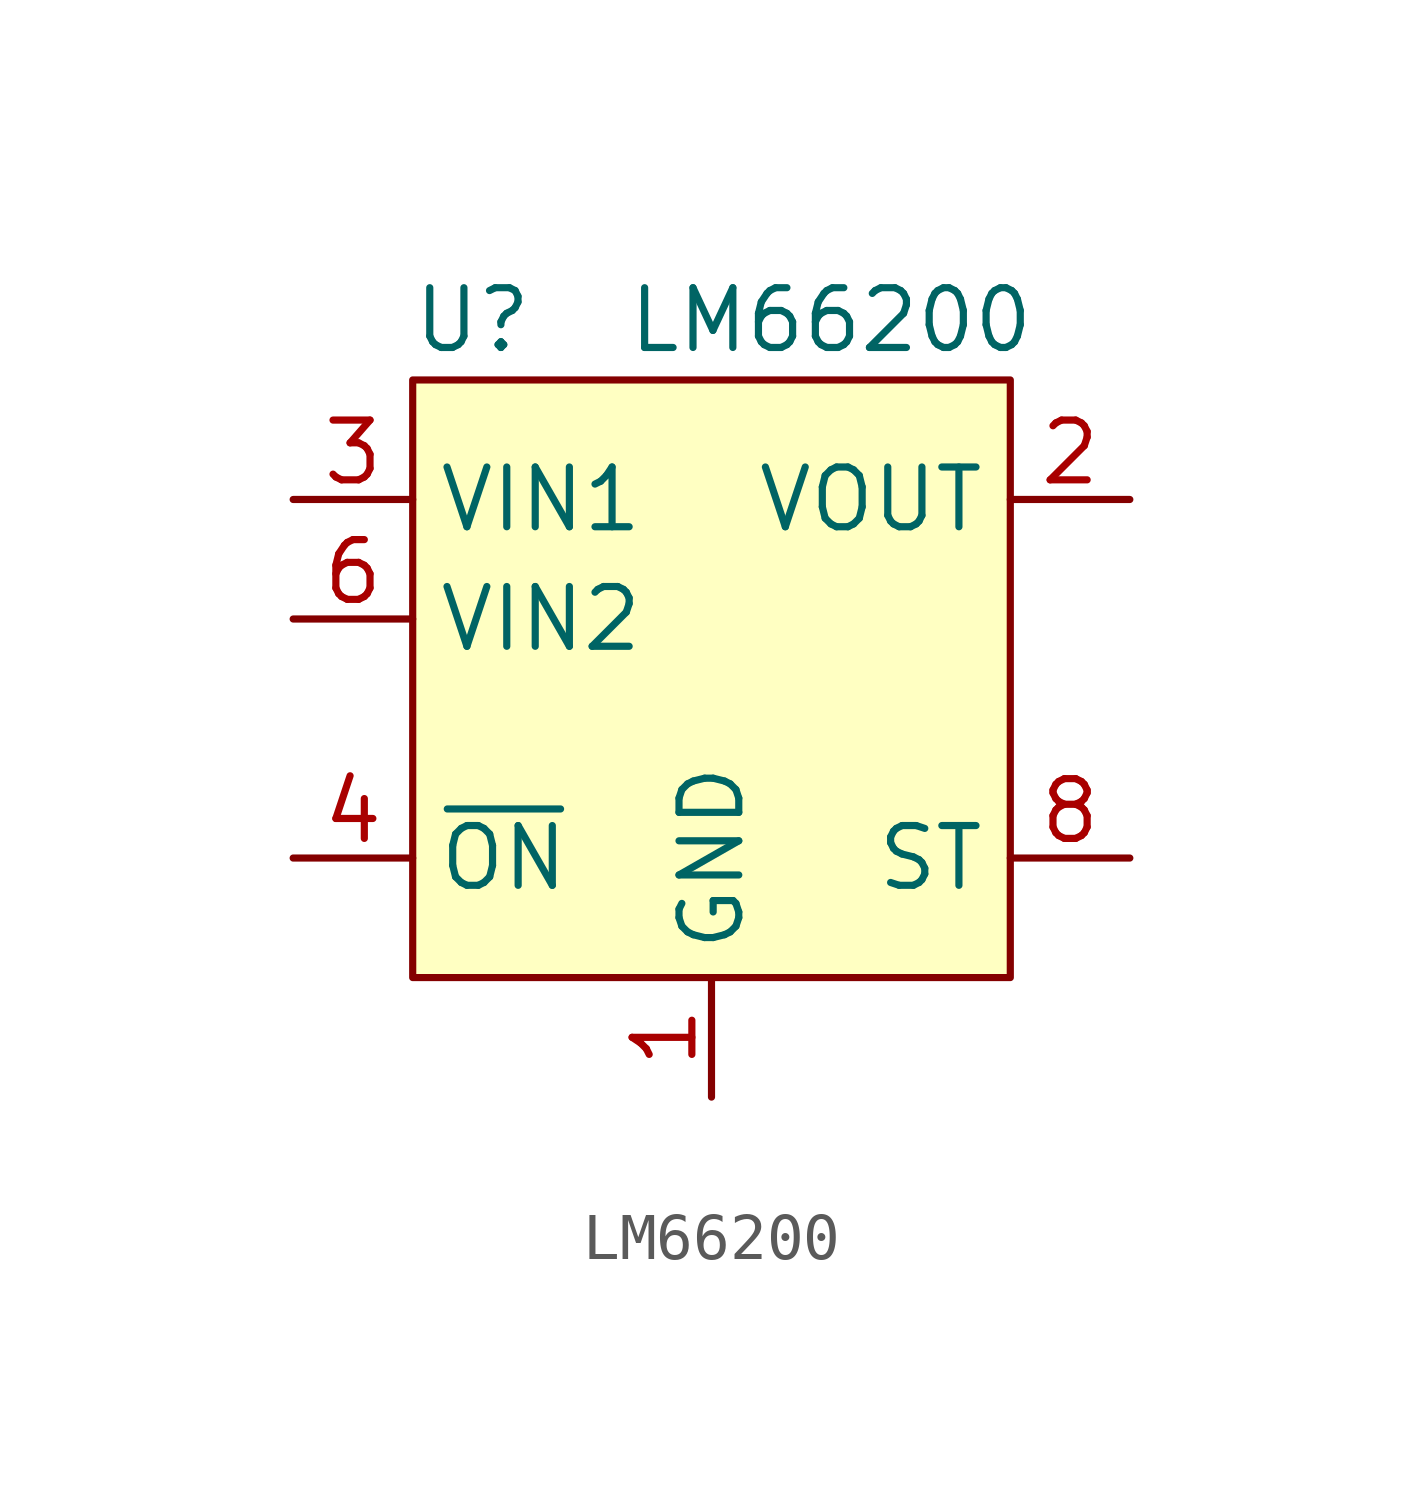
<source format=kicad_sym>
(kicad_symbol_lib
  (version 20211014)
  (generator kicad_symbol_editor)
  (symbol "LM66200"
    (property "Reference" "U"
      (at -5.08 7.62 0)
      (effects (font (size 1.27 1.27))))
    (property "Value" "LM66200"
      (at 2.54 7.62 0)
      (effects (font (size 1.27 1.27))))
    (symbol "LM66200_0_0"
      (pin power_in line (at 0 -8.89 90) (length 2.54) (name "GND" (effects (font (size 1.27 1.27)))) (number "1" (effects (font (size 1.27 1.27)))))
      (pin power_out line (at 8.89 3.81 180) (length 2.54) (name "VOUT" (effects (font (size 1.27 1.27)))) (number "2" (effects (font (size 1.27 1.27)))))
      (pin power_in line (at -8.89 3.81 0) (length 2.54) (name "VIN1" (effects (font (size 1.27 1.27)))) (number "3" (effects (font (size 1.27 1.27)))))
      (pin input line (at -8.89 -3.81 0) (length 2.54) (name "~{ON}" (effects (font (size 1.27 1.27)))) (number "4" (effects (font (size 1.27 1.27)))))
      (pin power_in line (at 0 -8.89 90) (length 2.54) hide (name "GND" (effects (font (size 1.27 1.27)))) (number "5" (effects (font (size 1.27 1.27)))))
      (pin power_in line (at -8.89 1.27 0) (length 2.54) (name "VIN2" (effects (font (size 1.27 1.27)))) (number "6" (effects (font (size 1.27 1.27)))))
      (pin passive line (at 8.89 3.81 180) (length 2.54) hide (name "VOUT" (effects (font (size 1.27 1.27)))) (number "7" (effects (font (size 1.27 1.27)))))
      (pin open_collector line (at 8.89 -3.81 180) (length 2.54) (name "ST" (effects (font (size 1.27 1.27)))) (number "8" (effects (font (size 1.27 1.27))))))
    (symbol "LM66200_0_1"
      (rectangle (start -6.35 6.35) (end 6.35 -6.35) (stroke (width 0) (type default) (color 0 0 0 0)) (fill (type background))))))
</source>
